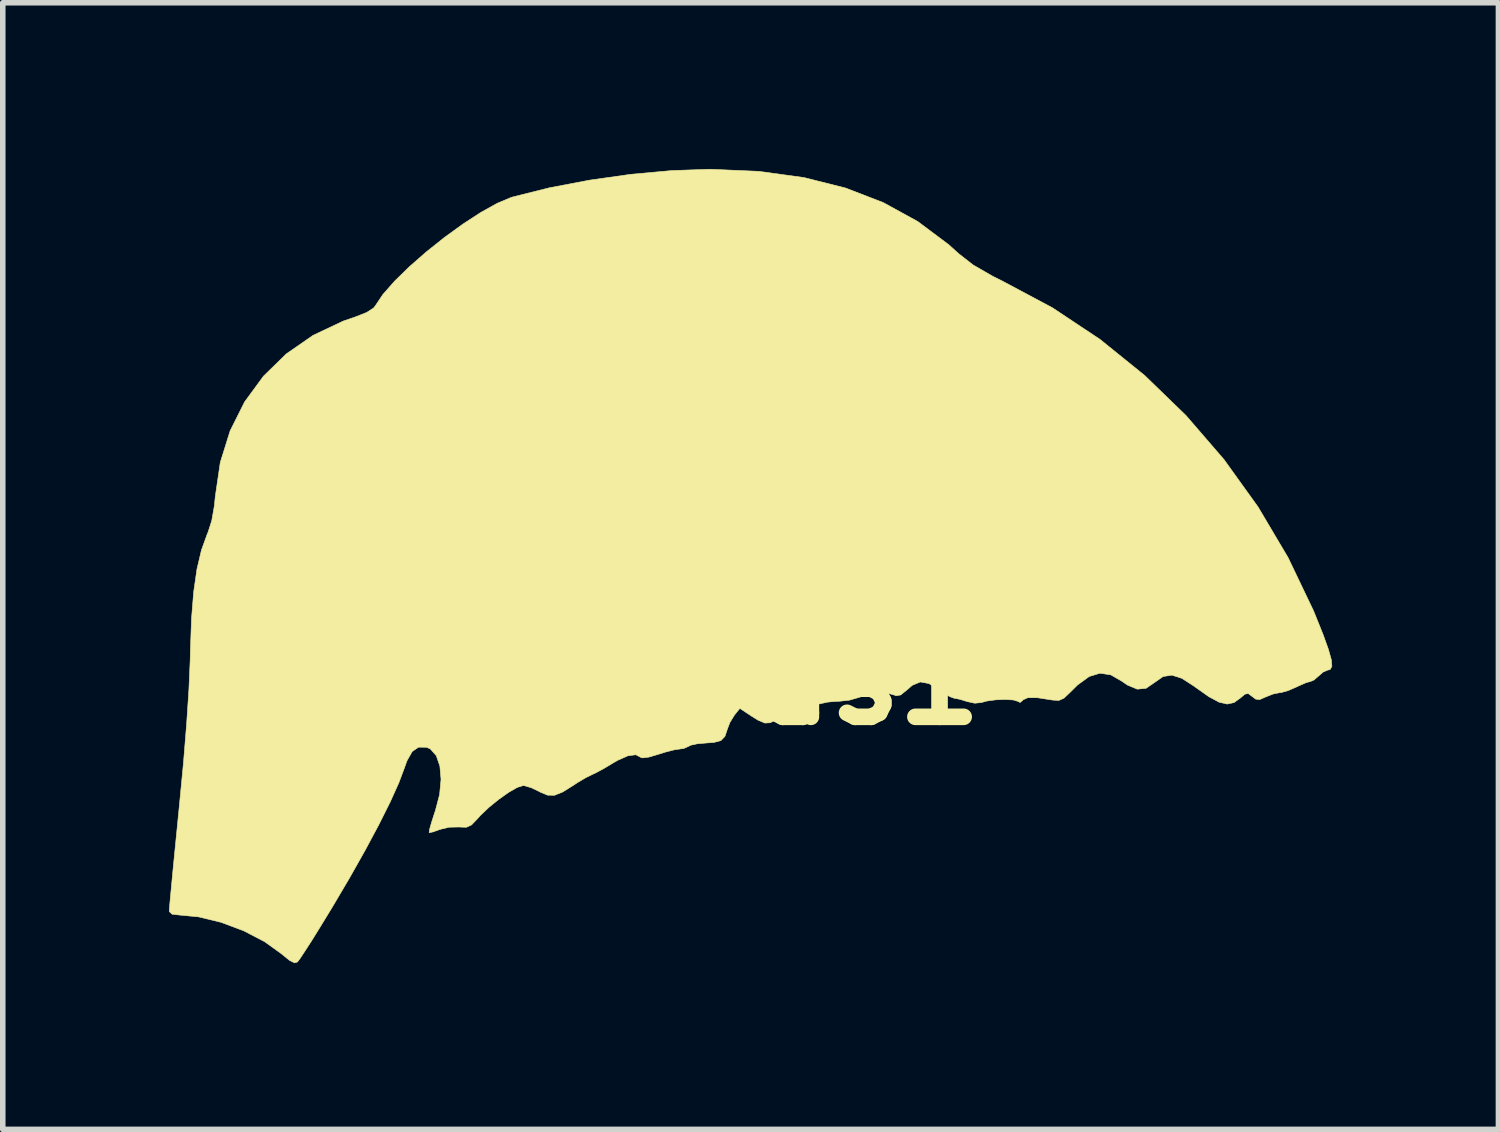
<source format=kicad_pcb>
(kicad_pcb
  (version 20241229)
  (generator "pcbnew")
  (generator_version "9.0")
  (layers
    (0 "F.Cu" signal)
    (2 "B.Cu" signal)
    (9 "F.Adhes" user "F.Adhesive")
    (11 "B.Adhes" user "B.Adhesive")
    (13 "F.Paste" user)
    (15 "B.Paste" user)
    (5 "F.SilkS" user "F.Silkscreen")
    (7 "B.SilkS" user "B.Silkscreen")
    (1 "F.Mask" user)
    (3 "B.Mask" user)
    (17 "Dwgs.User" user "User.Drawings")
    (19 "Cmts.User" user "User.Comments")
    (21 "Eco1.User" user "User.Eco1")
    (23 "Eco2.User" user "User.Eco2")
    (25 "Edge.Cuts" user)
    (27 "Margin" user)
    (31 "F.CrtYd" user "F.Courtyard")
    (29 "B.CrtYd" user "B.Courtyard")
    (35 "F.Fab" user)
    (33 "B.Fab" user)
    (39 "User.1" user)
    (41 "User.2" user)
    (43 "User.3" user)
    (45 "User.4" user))
  (footprint "ukras1"
    (layer "F.Cu")
    (at 10.825 9.2)
    (property "Reference" "ukras1" (at 0 0 0) (layer "F.SilkS") (effects (font (size 1.524 1.524) (thickness 0.3))))
    (attr through_hole)
    (fp_poly (pts (xy -0.177 -9.157) (xy 0.638 -9.045) (xy 1.386 -8.857) (xy 2.07 -8.593) (xy 2.691 -8.252) (xy 3.25 -7.834) (xy 3.429 -7.672) (xy 3.69 -7.468) (xy 4.049 -7.261) (xy 4.216 -7.178) (xy 5.122 -6.695) (xy 5.981 -6.124) (xy 6.787 -5.473) (xy 7.535 -4.748) (xy 8.22 -3.954) (xy 8.835 -3.098) (xy 9.376 -2.185) (xy 9.837 -1.221) (xy 10.01 -0.791) (xy 10.105 -0.525) (xy 10.157 -0.339) (xy 10.167 -0.223) (xy 10.136 -0.165) (xy 10.086 -0.152) (xy 10.008 -0.118) (xy 9.931 -0.051) (xy 9.843 0.025) (xy 9.782 0.051) (xy 9.704 0.072) (xy 9.577 0.127) (xy 9.525 0.152) (xy 9.377 0.216) (xy 9.25 0.252) (xy 9.222 0.254) (xy 9.104 0.278) (xy 8.971 0.331) (xy 8.862 0.379) (xy 8.791 0.37) (xy 8.729 0.323) (xy 8.657 0.269) (xy 8.597 0.28) (xy 8.518 0.347) (xy 8.401 0.432) (xy 8.277 0.459) (xy 8.13 0.425) (xy 7.946 0.326) (xy 7.708 0.158) (xy 7.681 0.138) (xy 7.46 -0.005) (xy 7.278 -0.063) (xy 7.119 -0.038) (xy 6.968 0.068) (xy 6.814 0.174) (xy 6.654 0.19) (xy 6.474 0.115) (xy 6.379 0.049) (xy 6.176 -0.068) (xy 5.981 -0.098) (xy 5.785 -0.038) (xy 5.575 0.115) (xy 5.442 0.247) (xy 5.33 0.353) (xy 5.238 0.394) (xy 5.126 0.387) (xy 5.118 0.386) (xy 4.855 0.345) (xy 4.679 0.344) (xy 4.592 0.382) (xy 4.586 0.393) (xy 4.538 0.431) (xy 4.502 0.411) (xy 4.416 0.385) (xy 4.268 0.376) (xy 4.095 0.383) (xy 3.935 0.405) (xy 3.842 0.431) (xy 3.721 0.444) (xy 3.584 0.414) (xy 3.451 0.373) (xy 3.352 0.354) (xy 3.349 0.354) (xy 3.268 0.324) (xy 3.145 0.25) (xy 3.077 0.202) (xy 2.891 0.088) (xy 2.737 0.06) (xy 2.593 0.12) (xy 2.502 0.199) (xy 2.383 0.295) (xy 2.298 0.309) (xy 2.282 0.301) (xy 2.149 0.262) (xy 1.962 0.26) (xy 1.761 0.294) (xy 1.637 0.337) (xy 1.456 0.389) (xy 1.26 0.41) (xy 1.234 0.409) (xy 1.071 0.423) (xy 0.851 0.47) (xy 0.608 0.538) (xy 0.379 0.619) (xy 0.196 0.701) (xy 0.139 0.736) (xy 0.031 0.796) (xy -0.068 0.802) (xy -0.19 0.751) (xy -0.312 0.675) (xy -0.52 0.537) (xy -0.616 0.656) (xy -0.7 0.792) (xy -0.744 0.908) (xy -0.789 1.042) (xy -0.862 1.118) (xy -0.989 1.152) (xy -1.129 1.162) (xy -1.289 1.176) (xy -1.408 1.202) (xy -1.444 1.221) (xy -1.532 1.261) (xy -1.602 1.27) (xy -1.709 1.286) (xy -1.87 1.328) (xy -1.998 1.368) (xy -2.164 1.417) (xy -2.278 1.431) (xy -2.313 1.419) (xy -2.397 1.374) (xy -2.541 1.393) (xy -2.729 1.476) (xy -2.819 1.529) (xy -2.979 1.625) (xy -3.123 1.702) (xy -3.188 1.732) (xy -3.303 1.789) (xy -3.453 1.878) (xy -3.522 1.924) (xy -3.717 2.046) (xy -3.864 2.105) (xy -3.99 2.104) (xy -4.122 2.049) (xy -4.145 2.036) (xy -4.288 1.968) (xy -4.414 1.932) (xy -4.435 1.931) (xy -4.539 1.964) (xy -4.692 2.052) (xy -4.869 2.177) (xy -5.047 2.321) (xy -5.202 2.468) (xy -5.26 2.533) (xy -5.364 2.641) (xy -5.456 2.683) (xy -5.582 2.679) (xy -5.588 2.678) (xy -5.769 2.682) (xy -5.942 2.724) (xy -5.943 2.725) (xy -6.058 2.767) (xy -6.125 2.78) (xy -6.129 2.778) (xy -6.122 2.725) (xy -6.087 2.601) (xy -6.032 2.43) (xy -6.016 2.383) (xy -5.94 2.093) (xy -5.914 1.819) (xy -5.935 1.579) (xy -6 1.39) (xy -6.108 1.268) (xy -6.176 1.239) (xy -6.319 1.237) (xy -6.434 1.315) (xy -6.529 1.483) (xy -6.574 1.609) (xy -6.676 1.881) (xy -6.831 2.225) (xy -7.035 2.633) (xy -7.282 3.095) (xy -7.567 3.6) (xy -7.886 4.14) (xy -8.119 4.521) (xy -8.25 4.732) (xy -8.367 4.913) (xy -8.455 5.047) (xy -8.504 5.113) (xy -8.504 5.114) (xy -8.558 5.131) (xy -8.647 5.087) (xy -8.786 4.975) (xy -8.788 4.972) (xy -9.099 4.748) (xy -9.476 4.552) (xy -9.884 4.399) (xy -10.292 4.3) (xy -10.63 4.268) (xy -10.767 4.253) (xy -10.819 4.205) (xy -10.82 4.192) (xy -10.815 4.125) (xy -10.801 3.969) (xy -10.779 3.736) (xy -10.751 3.438) (xy -10.716 3.086) (xy -10.677 2.693) (xy -10.638 2.299) (xy -10.563 1.518) (xy -10.506 0.814) (xy -10.465 0.194) (xy -10.442 -0.336) (xy -10.438 -0.508) (xy -10.418 -1.081) (xy -10.379 -1.566) (xy -10.32 -1.976) (xy -10.238 -2.322) (xy -10.132 -2.616) (xy -10.12 -2.642) (xy -10.053 -2.85) (xy -10.005 -3.123) (xy -9.989 -3.288) (xy -9.899 -3.902) (xy -9.721 -4.473) (xy -9.46 -4.995) (xy -9.119 -5.46) (xy -8.706 -5.863) (xy -8.224 -6.197) (xy -7.678 -6.455) (xy -7.451 -6.533) (xy -7.256 -6.61) (xy -7.13 -6.692) (xy -7.101 -6.729) (xy -6.964 -6.934) (xy -6.753 -7.174) (xy -6.486 -7.435) (xy -6.18 -7.703) (xy -5.851 -7.965) (xy -5.517 -8.207) (xy -5.194 -8.417) (xy -4.899 -8.581) (xy -4.649 -8.686) (xy -4.623 -8.694) (xy -3.96 -8.86) (xy -3.235 -8.998) (xy -2.486 -9.104) (xy -1.75 -9.171) (xy -1.064 -9.195) (xy -1.058 -9.195) (xy -0.177 -9.157)) (stroke (width 0.01) (type solid)) (fill yes) (layer "F.SilkS")))
  (gr_rect
    (start -3 -3)
    (end 23.998 17.336)
    (stroke (width 0.1) (type default))
    (fill no)
    (layer "Edge.Cuts")))
</source>
